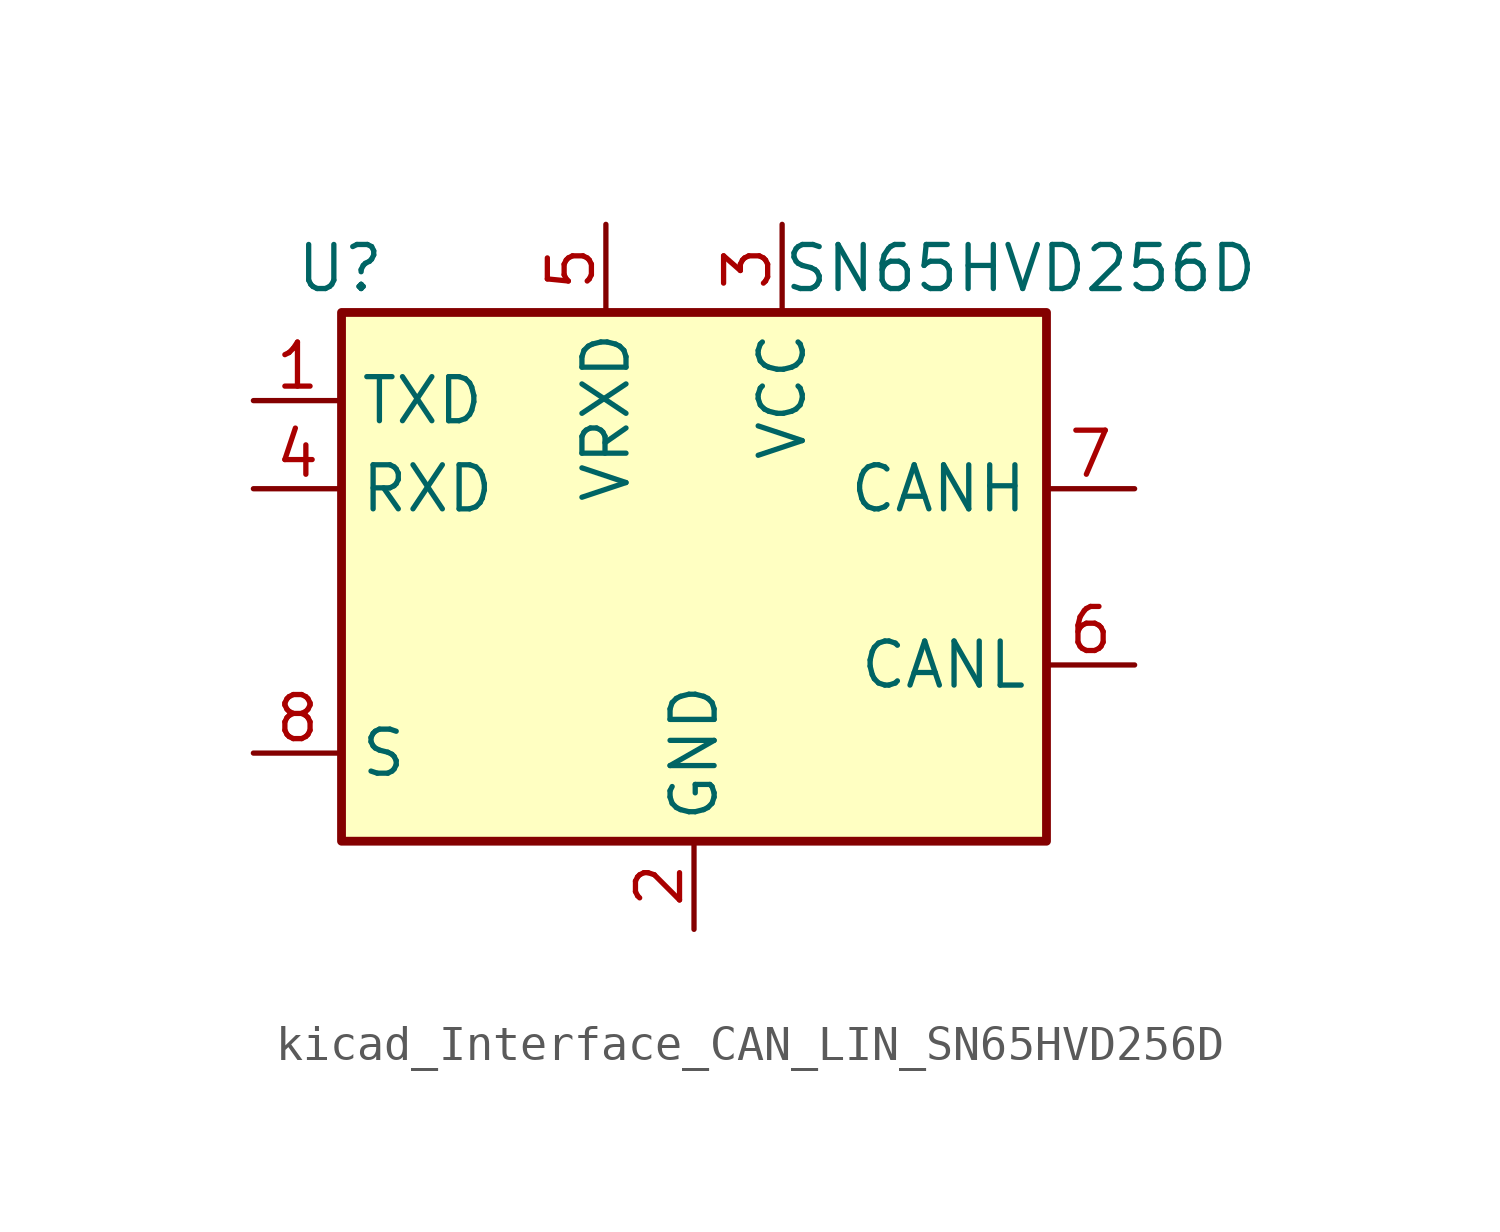
<source format=kicad_sym>
(kicad_symbol_lib
  (version 20220914)
  (generator kicad_symbol_editor)
  (symbol "kicad_Interface_CAN_LIN_SN65HVD256D"
    (property "Reference" "U"
      (at -8.89 8.89 0)
      (effects (font (size 1.27 1.27)) (justify right)))
    (property "Value" "SN65HVD256D"
      (at 2.54 8.89 0)
      (effects (font (size 1.27 1.27)) (justify left)))
    (symbol "kicad_Interface_CAN_LIN_SN65HVD256D_0_1"
      (rectangle (start -10.16 7.62) (end 10.16 -7.62) (stroke (width 0.254) (type default)) (fill (type background))))
    (symbol "kicad_Interface_CAN_LIN_SN65HVD256D_1_1"
      (pin input line (at -12.7 5.08 0) (length 2.54) (name "TXD" (effects (font (size 1.27 1.27)))) (number "1" (effects (font (size 1.27 1.27)))))
      (pin power_in line (at 0 -10.16 90) (length 2.54) (name "GND" (effects (font (size 1.27 1.27)))) (number "2" (effects (font (size 1.27 1.27)))))
      (pin power_in line (at 2.54 10.16 270) (length 2.54) (name "VCC" (effects (font (size 1.27 1.27)))) (number "3" (effects (font (size 1.27 1.27)))))
      (pin output line (at -12.7 2.54 0) (length 2.54) (name "RXD" (effects (font (size 1.27 1.27)))) (number "4" (effects (font (size 1.27 1.27)))))
      (pin power_in line (at -2.54 10.16 270) (length 2.54) (name "VRXD" (effects (font (size 1.27 1.27)))) (number "5" (effects (font (size 1.27 1.27)))))
      (pin bidirectional line (at 12.7 -2.54 180) (length 2.54) (name "CANL" (effects (font (size 1.27 1.27)))) (number "6" (effects (font (size 1.27 1.27)))))
      (pin bidirectional line (at 12.7 2.54 180) (length 2.54) (name "CANH" (effects (font (size 1.27 1.27)))) (number "7" (effects (font (size 1.27 1.27)))))
      (pin input line (at -12.7 -5.08 0) (length 2.54) (name "S" (effects (font (size 1.27 1.27)))) (number "8" (effects (font (size 1.27 1.27))))))))
</source>
